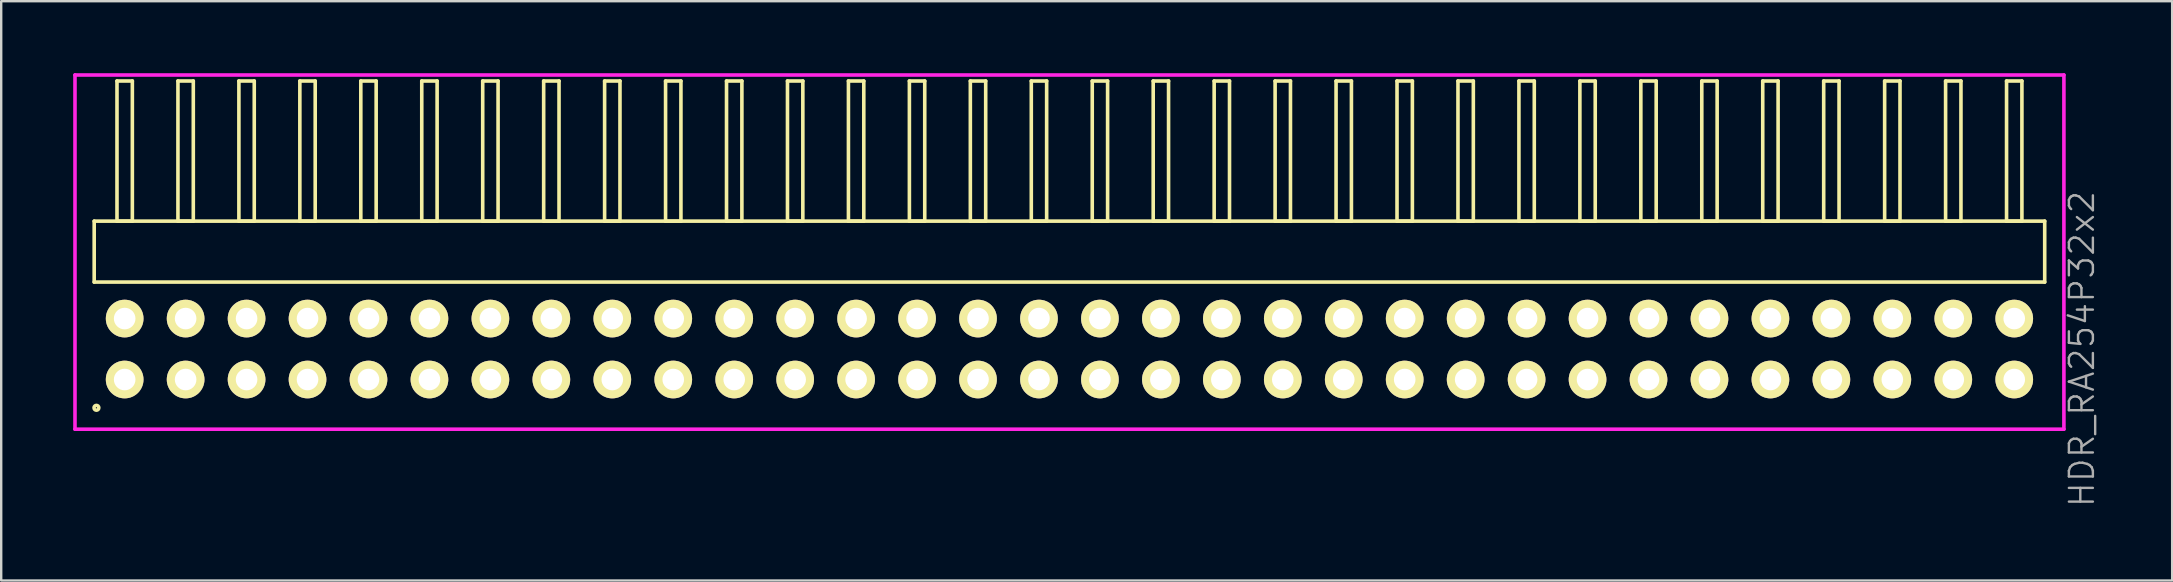
<source format=kicad_pcb>
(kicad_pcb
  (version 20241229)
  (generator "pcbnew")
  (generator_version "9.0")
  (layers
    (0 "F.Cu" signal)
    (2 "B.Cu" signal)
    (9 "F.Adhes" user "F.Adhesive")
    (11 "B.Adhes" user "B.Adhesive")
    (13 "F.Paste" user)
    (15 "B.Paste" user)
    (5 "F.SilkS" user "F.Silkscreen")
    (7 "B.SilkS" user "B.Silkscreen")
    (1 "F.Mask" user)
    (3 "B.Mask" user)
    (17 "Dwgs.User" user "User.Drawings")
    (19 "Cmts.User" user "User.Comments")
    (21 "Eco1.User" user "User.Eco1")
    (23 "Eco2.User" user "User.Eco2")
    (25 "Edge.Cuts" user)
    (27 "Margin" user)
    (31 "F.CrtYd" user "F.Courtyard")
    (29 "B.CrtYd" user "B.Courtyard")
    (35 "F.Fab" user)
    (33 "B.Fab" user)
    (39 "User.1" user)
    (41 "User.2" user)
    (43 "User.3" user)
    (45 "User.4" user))
  (footprint "HDR_RA254P32x2"
    (layer "F.Cu")
    (at 41.515 11.495)
    (property "Reference" "HDR_RA254P32x2" (at 42.19 0 90) (layer "F.Fab") (effects (font (size 1 1) (thickness 0.1))))
    (attr through_hole)
    (fp_line (start -40.64 -5.33) (end -40.64 -2.79) (stroke (width 0.15) (type solid)) (layer "F.SilkS"))
    (fp_line (start -40.64 -2.79) (end 40.64 -2.79) (stroke (width 0.15) (type solid)) (layer "F.SilkS"))
    (fp_line (start -39.69 -11.17) (end -39.69 -5.33) (stroke (width 0.15) (type solid)) (layer "F.SilkS"))
    (fp_line (start -39.69 -5.33) (end -39.05 -5.33) (stroke (width 0.15) (type solid)) (layer "F.SilkS"))
    (fp_line (start -39.05 -11.17) (end -39.69 -11.17) (stroke (width 0.15) (type solid)) (layer "F.SilkS"))
    (fp_line (start -39.05 -5.33) (end -39.05 -11.17) (stroke (width 0.15) (type solid)) (layer "F.SilkS"))
    (fp_line (start -37.15 -11.17) (end -37.15 -5.33) (stroke (width 0.15) (type solid)) (layer "F.SilkS"))
    (fp_line (start -37.15 -5.33) (end -36.51 -5.33) (stroke (width 0.15) (type solid)) (layer "F.SilkS"))
    (fp_line (start -36.51 -11.17) (end -37.15 -11.17) (stroke (width 0.15) (type solid)) (layer "F.SilkS"))
    (fp_line (start -36.51 -5.33) (end -36.51 -11.17) (stroke (width 0.15) (type solid)) (layer "F.SilkS"))
    (fp_line (start -34.61 -11.17) (end -34.61 -5.33) (stroke (width 0.15) (type solid)) (layer "F.SilkS"))
    (fp_line (start -34.61 -5.33) (end -33.97 -5.33) (stroke (width 0.15) (type solid)) (layer "F.SilkS"))
    (fp_line (start -33.97 -11.17) (end -34.61 -11.17) (stroke (width 0.15) (type solid)) (layer "F.SilkS"))
    (fp_line (start -33.97 -5.33) (end -33.97 -11.17) (stroke (width 0.15) (type solid)) (layer "F.SilkS"))
    (fp_line (start -32.07 -11.17) (end -32.07 -5.33) (stroke (width 0.15) (type solid)) (layer "F.SilkS"))
    (fp_line (start -32.07 -5.33) (end -31.43 -5.33) (stroke (width 0.15) (type solid)) (layer "F.SilkS"))
    (fp_line (start -31.43 -11.17) (end -32.07 -11.17) (stroke (width 0.15) (type solid)) (layer "F.SilkS"))
    (fp_line (start -31.43 -5.33) (end -31.43 -11.17) (stroke (width 0.15) (type solid)) (layer "F.SilkS"))
    (fp_line (start -29.53 -11.17) (end -29.53 -5.33) (stroke (width 0.15) (type solid)) (layer "F.SilkS"))
    (fp_line (start -29.53 -5.33) (end -28.89 -5.33) (stroke (width 0.15) (type solid)) (layer "F.SilkS"))
    (fp_line (start -28.89 -11.17) (end -29.53 -11.17) (stroke (width 0.15) (type solid)) (layer "F.SilkS"))
    (fp_line (start -28.89 -5.33) (end -28.89 -11.17) (stroke (width 0.15) (type solid)) (layer "F.SilkS"))
    (fp_line (start -26.99 -11.17) (end -26.99 -5.33) (stroke (width 0.15) (type solid)) (layer "F.SilkS"))
    (fp_line (start -26.99 -5.33) (end -26.35 -5.33) (stroke (width 0.15) (type solid)) (layer "F.SilkS"))
    (fp_line (start -26.35 -11.17) (end -26.99 -11.17) (stroke (width 0.15) (type solid)) (layer "F.SilkS"))
    (fp_line (start -26.35 -5.33) (end -26.35 -11.17) (stroke (width 0.15) (type solid)) (layer "F.SilkS"))
    (fp_line (start -24.45 -11.17) (end -24.45 -5.33) (stroke (width 0.15) (type solid)) (layer "F.SilkS"))
    (fp_line (start -24.45 -5.33) (end -23.81 -5.33) (stroke (width 0.15) (type solid)) (layer "F.SilkS"))
    (fp_line (start -23.81 -11.17) (end -24.45 -11.17) (stroke (width 0.15) (type solid)) (layer "F.SilkS"))
    (fp_line (start -23.81 -5.33) (end -23.81 -11.17) (stroke (width 0.15) (type solid)) (layer "F.SilkS"))
    (fp_line (start -21.91 -11.17) (end -21.91 -5.33) (stroke (width 0.15) (type solid)) (layer "F.SilkS"))
    (fp_line (start -21.91 -5.33) (end -21.27 -5.33) (stroke (width 0.15) (type solid)) (layer "F.SilkS"))
    (fp_line (start -21.27 -11.17) (end -21.91 -11.17) (stroke (width 0.15) (type solid)) (layer "F.SilkS"))
    (fp_line (start -21.27 -5.33) (end -21.27 -11.17) (stroke (width 0.15) (type solid)) (layer "F.SilkS"))
    (fp_line (start -19.37 -11.17) (end -19.37 -5.33) (stroke (width 0.15) (type solid)) (layer "F.SilkS"))
    (fp_line (start -19.37 -5.33) (end -18.73 -5.33) (stroke (width 0.15) (type solid)) (layer "F.SilkS"))
    (fp_line (start -18.73 -11.17) (end -19.37 -11.17) (stroke (width 0.15) (type solid)) (layer "F.SilkS"))
    (fp_line (start -18.73 -5.33) (end -18.73 -11.17) (stroke (width 0.15) (type solid)) (layer "F.SilkS"))
    (fp_line (start -16.83 -11.17) (end -16.83 -5.33) (stroke (width 0.15) (type solid)) (layer "F.SilkS"))
    (fp_line (start -16.83 -5.33) (end -16.19 -5.33) (stroke (width 0.15) (type solid)) (layer "F.SilkS"))
    (fp_line (start -16.19 -11.17) (end -16.83 -11.17) (stroke (width 0.15) (type solid)) (layer "F.SilkS"))
    (fp_line (start -16.19 -5.33) (end -16.19 -11.17) (stroke (width 0.15) (type solid)) (layer "F.SilkS"))
    (fp_line (start -14.29 -11.17) (end -14.29 -5.33) (stroke (width 0.15) (type solid)) (layer "F.SilkS"))
    (fp_line (start -14.29 -5.33) (end -13.65 -5.33) (stroke (width 0.15) (type solid)) (layer "F.SilkS"))
    (fp_line (start -13.65 -11.17) (end -14.29 -11.17) (stroke (width 0.15) (type solid)) (layer "F.SilkS"))
    (fp_line (start -13.65 -5.33) (end -13.65 -11.17) (stroke (width 0.15) (type solid)) (layer "F.SilkS"))
    (fp_line (start -11.75 -11.17) (end -11.75 -5.33) (stroke (width 0.15) (type solid)) (layer "F.SilkS"))
    (fp_line (start -11.75 -5.33) (end -11.11 -5.33) (stroke (width 0.15) (type solid)) (layer "F.SilkS"))
    (fp_line (start -11.11 -11.17) (end -11.75 -11.17) (stroke (width 0.15) (type solid)) (layer "F.SilkS"))
    (fp_line (start -11.11 -5.33) (end -11.11 -11.17) (stroke (width 0.15) (type solid)) (layer "F.SilkS"))
    (fp_line (start -9.21 -11.17) (end -9.21 -5.33) (stroke (width 0.15) (type solid)) (layer "F.SilkS"))
    (fp_line (start -9.21 -5.33) (end -8.57 -5.33) (stroke (width 0.15) (type solid)) (layer "F.SilkS"))
    (fp_line (start -8.57 -11.17) (end -9.21 -11.17) (stroke (width 0.15) (type solid)) (layer "F.SilkS"))
    (fp_line (start -8.57 -5.33) (end -8.57 -11.17) (stroke (width 0.15) (type solid)) (layer "F.SilkS"))
    (fp_line (start -6.67 -11.17) (end -6.67 -5.33) (stroke (width 0.15) (type solid)) (layer "F.SilkS"))
    (fp_line (start -6.67 -5.33) (end -6.03 -5.33) (stroke (width 0.15) (type solid)) (layer "F.SilkS"))
    (fp_line (start -6.03 -11.17) (end -6.67 -11.17) (stroke (width 0.15) (type solid)) (layer "F.SilkS"))
    (fp_line (start -6.03 -5.33) (end -6.03 -11.17) (stroke (width 0.15) (type solid)) (layer "F.SilkS"))
    (fp_line (start -4.13 -11.17) (end -4.13 -5.33) (stroke (width 0.15) (type solid)) (layer "F.SilkS"))
    (fp_line (start -4.13 -5.33) (end -3.49 -5.33) (stroke (width 0.15) (type solid)) (layer "F.SilkS"))
    (fp_line (start -3.49 -11.17) (end -4.13 -11.17) (stroke (width 0.15) (type solid)) (layer "F.SilkS"))
    (fp_line (start -3.49 -5.33) (end -3.49 -11.17) (stroke (width 0.15) (type solid)) (layer "F.SilkS"))
    (fp_line (start -1.59 -11.17) (end -1.59 -5.33) (stroke (width 0.15) (type solid)) (layer "F.SilkS"))
    (fp_line (start -1.59 -5.33) (end -0.95 -5.33) (stroke (width 0.15) (type solid)) (layer "F.SilkS"))
    (fp_line (start -0.95 -11.17) (end -1.59 -11.17) (stroke (width 0.15) (type solid)) (layer "F.SilkS"))
    (fp_line (start -0.95 -5.33) (end -0.95 -11.17) (stroke (width 0.15) (type solid)) (layer "F.SilkS"))
    (fp_line (start 0.95 -11.17) (end 0.95 -5.33) (stroke (width 0.15) (type solid)) (layer "F.SilkS"))
    (fp_line (start 0.95 -5.33) (end 1.59 -5.33) (stroke (width 0.15) (type solid)) (layer "F.SilkS"))
    (fp_line (start 1.59 -11.17) (end 0.95 -11.17) (stroke (width 0.15) (type solid)) (layer "F.SilkS"))
    (fp_line (start 1.59 -5.33) (end 1.59 -11.17) (stroke (width 0.15) (type solid)) (layer "F.SilkS"))
    (fp_line (start 3.49 -11.17) (end 3.49 -5.33) (stroke (width 0.15) (type solid)) (layer "F.SilkS"))
    (fp_line (start 3.49 -5.33) (end 4.13 -5.33) (stroke (width 0.15) (type solid)) (layer "F.SilkS"))
    (fp_line (start 4.13 -11.17) (end 3.49 -11.17) (stroke (width 0.15) (type solid)) (layer "F.SilkS"))
    (fp_line (start 4.13 -5.33) (end 4.13 -11.17) (stroke (width 0.15) (type solid)) (layer "F.SilkS"))
    (fp_line (start 6.03 -11.17) (end 6.03 -5.33) (stroke (width 0.15) (type solid)) (layer "F.SilkS"))
    (fp_line (start 6.03 -5.33) (end 6.67 -5.33) (stroke (width 0.15) (type solid)) (layer "F.SilkS"))
    (fp_line (start 6.67 -11.17) (end 6.03 -11.17) (stroke (width 0.15) (type solid)) (layer "F.SilkS"))
    (fp_line (start 6.67 -5.33) (end 6.67 -11.17) (stroke (width 0.15) (type solid)) (layer "F.SilkS"))
    (fp_line (start 8.57 -11.17) (end 8.57 -5.33) (stroke (width 0.15) (type solid)) (layer "F.SilkS"))
    (fp_line (start 8.57 -5.33) (end 9.21 -5.33) (stroke (width 0.15) (type solid)) (layer "F.SilkS"))
    (fp_line (start 9.21 -11.17) (end 8.57 -11.17) (stroke (width 0.15) (type solid)) (layer "F.SilkS"))
    (fp_line (start 9.21 -5.33) (end 9.21 -11.17) (stroke (width 0.15) (type solid)) (layer "F.SilkS"))
    (fp_line (start 11.11 -11.17) (end 11.11 -5.33) (stroke (width 0.15) (type solid)) (layer "F.SilkS"))
    (fp_line (start 11.11 -5.33) (end 11.75 -5.33) (stroke (width 0.15) (type solid)) (layer "F.SilkS"))
    (fp_line (start 11.75 -11.17) (end 11.11 -11.17) (stroke (width 0.15) (type solid)) (layer "F.SilkS"))
    (fp_line (start 11.75 -5.33) (end 11.75 -11.17) (stroke (width 0.15) (type solid)) (layer "F.SilkS"))
    (fp_line (start 13.65 -11.17) (end 13.65 -5.33) (stroke (width 0.15) (type solid)) (layer "F.SilkS"))
    (fp_line (start 13.65 -5.33) (end 14.29 -5.33) (stroke (width 0.15) (type solid)) (layer "F.SilkS"))
    (fp_line (start 14.29 -11.17) (end 13.65 -11.17) (stroke (width 0.15) (type solid)) (layer "F.SilkS"))
    (fp_line (start 14.29 -5.33) (end 14.29 -11.17) (stroke (width 0.15) (type solid)) (layer "F.SilkS"))
    (fp_line (start 16.19 -11.17) (end 16.19 -5.33) (stroke (width 0.15) (type solid)) (layer "F.SilkS"))
    (fp_line (start 16.19 -5.33) (end 16.83 -5.33) (stroke (width 0.15) (type solid)) (layer "F.SilkS"))
    (fp_line (start 16.83 -11.17) (end 16.19 -11.17) (stroke (width 0.15) (type solid)) (layer "F.SilkS"))
    (fp_line (start 16.83 -5.33) (end 16.83 -11.17) (stroke (width 0.15) (type solid)) (layer "F.SilkS"))
    (fp_line (start 18.73 -11.17) (end 18.73 -5.33) (stroke (width 0.15) (type solid)) (layer "F.SilkS"))
    (fp_line (start 18.73 -5.33) (end 19.37 -5.33) (stroke (width 0.15) (type solid)) (layer "F.SilkS"))
    (fp_line (start 19.37 -11.17) (end 18.73 -11.17) (stroke (width 0.15) (type solid)) (layer "F.SilkS"))
    (fp_line (start 19.37 -5.33) (end 19.37 -11.17) (stroke (width 0.15) (type solid)) (layer "F.SilkS"))
    (fp_line (start 21.27 -11.17) (end 21.27 -5.33) (stroke (width 0.15) (type solid)) (layer "F.SilkS"))
    (fp_line (start 21.27 -5.33) (end 21.91 -5.33) (stroke (width 0.15) (type solid)) (layer "F.SilkS"))
    (fp_line (start 21.91 -11.17) (end 21.27 -11.17) (stroke (width 0.15) (type solid)) (layer "F.SilkS"))
    (fp_line (start 21.91 -5.33) (end 21.91 -11.17) (stroke (width 0.15) (type solid)) (layer "F.SilkS"))
    (fp_line (start 23.81 -11.17) (end 23.81 -5.33) (stroke (width 0.15) (type solid)) (layer "F.SilkS"))
    (fp_line (start 23.81 -5.33) (end 24.45 -5.33) (stroke (width 0.15) (type solid)) (layer "F.SilkS"))
    (fp_line (start 24.45 -11.17) (end 23.81 -11.17) (stroke (width 0.15) (type solid)) (layer "F.SilkS"))
    (fp_line (start 24.45 -5.33) (end 24.45 -11.17) (stroke (width 0.15) (type solid)) (layer "F.SilkS"))
    (fp_line (start 26.35 -11.17) (end 26.35 -5.33) (stroke (width 0.15) (type solid)) (layer "F.SilkS"))
    (fp_line (start 26.35 -5.33) (end 26.99 -5.33) (stroke (width 0.15) (type solid)) (layer "F.SilkS"))
    (fp_line (start 26.99 -11.17) (end 26.35 -11.17) (stroke (width 0.15) (type solid)) (layer "F.SilkS"))
    (fp_line (start 26.99 -5.33) (end 26.99 -11.17) (stroke (width 0.15) (type solid)) (layer "F.SilkS"))
    (fp_line (start 28.89 -11.17) (end 28.89 -5.33) (stroke (width 0.15) (type solid)) (layer "F.SilkS"))
    (fp_line (start 28.89 -5.33) (end 29.53 -5.33) (stroke (width 0.15) (type solid)) (layer "F.SilkS"))
    (fp_line (start 29.53 -11.17) (end 28.89 -11.17) (stroke (width 0.15) (type solid)) (layer "F.SilkS"))
    (fp_line (start 29.53 -5.33) (end 29.53 -11.17) (stroke (width 0.15) (type solid)) (layer "F.SilkS"))
    (fp_line (start 31.43 -11.17) (end 31.43 -5.33) (stroke (width 0.15) (type solid)) (layer "F.SilkS"))
    (fp_line (start 31.43 -5.33) (end 32.07 -5.33) (stroke (width 0.15) (type solid)) (layer "F.SilkS"))
    (fp_line (start 32.07 -11.17) (end 31.43 -11.17) (stroke (width 0.15) (type solid)) (layer "F.SilkS"))
    (fp_line (start 32.07 -5.33) (end 32.07 -11.17) (stroke (width 0.15) (type solid)) (layer "F.SilkS"))
    (fp_line (start 33.97 -11.17) (end 33.97 -5.33) (stroke (width 0.15) (type solid)) (layer "F.SilkS"))
    (fp_line (start 33.97 -5.33) (end 34.61 -5.33) (stroke (width 0.15) (type solid)) (layer "F.SilkS"))
    (fp_line (start 34.61 -11.17) (end 33.97 -11.17) (stroke (width 0.15) (type solid)) (layer "F.SilkS"))
    (fp_line (start 34.61 -5.33) (end 34.61 -11.17) (stroke (width 0.15) (type solid)) (layer "F.SilkS"))
    (fp_line (start 36.51 -11.17) (end 36.51 -5.33) (stroke (width 0.15) (type solid)) (layer "F.SilkS"))
    (fp_line (start 36.51 -5.33) (end 37.15 -5.33) (stroke (width 0.15) (type solid)) (layer "F.SilkS"))
    (fp_line (start 37.15 -11.17) (end 36.51 -11.17) (stroke (width 0.15) (type solid)) (layer "F.SilkS"))
    (fp_line (start 37.15 -5.33) (end 37.15 -11.17) (stroke (width 0.15) (type solid)) (layer "F.SilkS"))
    (fp_line (start 39.05 -11.17) (end 39.05 -5.33) (stroke (width 0.15) (type solid)) (layer "F.SilkS"))
    (fp_line (start 39.05 -5.33) (end 39.69 -5.33) (stroke (width 0.15) (type solid)) (layer "F.SilkS"))
    (fp_line (start 39.69 -11.17) (end 39.05 -11.17) (stroke (width 0.15) (type solid)) (layer "F.SilkS"))
    (fp_line (start 39.69 -5.33) (end 39.69 -11.17) (stroke (width 0.15) (type solid)) (layer "F.SilkS"))
    (fp_line (start 40.64 -5.33) (end -40.64 -5.33) (stroke (width 0.15) (type solid)) (layer "F.SilkS"))
    (fp_line (start 40.64 -2.79) (end 40.64 -5.33) (stroke (width 0.15) (type solid)) (layer "F.SilkS"))
    (fp_circle (center -40.547 2.448) (end -40.447 2.448) (stroke (width 0.15) (type solid)) (fill no) (layer "F.SilkS"))
    (fp_line (start -41.44 -11.42) (end -41.44 3.34) (stroke (width 0.15) (type solid)) (layer "F.CrtYd"))
    (fp_line (start -41.44 3.34) (end 41.44 3.34) (stroke (width 0.15) (type solid)) (layer "F.CrtYd"))
    (fp_line (start 41.44 -11.42) (end -41.44 -11.42) (stroke (width 0.15) (type solid)) (layer "F.CrtYd"))
    (fp_line (start 41.44 3.34) (end 41.44 -11.42) (stroke (width 0.15) (type solid)) (layer "F.CrtYd"))
    (pad "1" thru_hole oval (at -39.37 1.27) (size 1.57 1.57) (drill 0.9) (layers "*.Cu" "*.Mask" "F.SilkS"))
    (pad "2" thru_hole oval (at -39.37 -1.27) (size 1.57 1.57) (drill 0.9) (layers "*.Cu" "*.Mask" "F.SilkS"))
    (pad "3" thru_hole oval (at -36.83 1.27) (size 1.57 1.57) (drill 0.9) (layers "*.Cu" "*.Mask" "F.SilkS"))
    (pad "4" thru_hole oval (at -36.83 -1.27) (size 1.57 1.57) (drill 0.9) (layers "*.Cu" "*.Mask" "F.SilkS"))
    (pad "5" thru_hole oval (at -34.29 1.27) (size 1.57 1.57) (drill 0.9) (layers "*.Cu" "*.Mask" "F.SilkS"))
    (pad "6" thru_hole oval (at -34.29 -1.27) (size 1.57 1.57) (drill 0.9) (layers "*.Cu" "*.Mask" "F.SilkS"))
    (pad "7" thru_hole oval (at -31.75 1.27) (size 1.57 1.57) (drill 0.9) (layers "*.Cu" "*.Mask" "F.SilkS"))
    (pad "8" thru_hole oval (at -31.75 -1.27) (size 1.57 1.57) (drill 0.9) (layers "*.Cu" "*.Mask" "F.SilkS"))
    (pad "9" thru_hole oval (at -29.21 1.27) (size 1.57 1.57) (drill 0.9) (layers "*.Cu" "*.Mask" "F.SilkS"))
    (pad "10" thru_hole oval (at -29.21 -1.27) (size 1.57 1.57) (drill 0.9) (layers "*.Cu" "*.Mask" "F.SilkS"))
    (pad "11" thru_hole oval (at -26.67 1.27) (size 1.57 1.57) (drill 0.9) (layers "*.Cu" "*.Mask" "F.SilkS"))
    (pad "12" thru_hole oval (at -26.67 -1.27) (size 1.57 1.57) (drill 0.9) (layers "*.Cu" "*.Mask" "F.SilkS"))
    (pad "13" thru_hole oval (at -24.13 1.27) (size 1.57 1.57) (drill 0.9) (layers "*.Cu" "*.Mask" "F.SilkS"))
    (pad "14" thru_hole oval (at -24.13 -1.27) (size 1.57 1.57) (drill 0.9) (layers "*.Cu" "*.Mask" "F.SilkS"))
    (pad "15" thru_hole oval (at -21.59 1.27) (size 1.57 1.57) (drill 0.9) (layers "*.Cu" "*.Mask" "F.SilkS"))
    (pad "16" thru_hole oval (at -21.59 -1.27) (size 1.57 1.57) (drill 0.9) (layers "*.Cu" "*.Mask" "F.SilkS"))
    (pad "17" thru_hole oval (at -19.05 1.27) (size 1.57 1.57) (drill 0.9) (layers "*.Cu" "*.Mask" "F.SilkS"))
    (pad "18" thru_hole oval (at -19.05 -1.27) (size 1.57 1.57) (drill 0.9) (layers "*.Cu" "*.Mask" "F.SilkS"))
    (pad "19" thru_hole oval (at -16.51 1.27) (size 1.57 1.57) (drill 0.9) (layers "*.Cu" "*.Mask" "F.SilkS"))
    (pad "20" thru_hole oval (at -16.51 -1.27) (size 1.57 1.57) (drill 0.9) (layers "*.Cu" "*.Mask" "F.SilkS"))
    (pad "21" thru_hole oval (at -13.97 1.27) (size 1.57 1.57) (drill 0.9) (layers "*.Cu" "*.Mask" "F.SilkS"))
    (pad "22" thru_hole oval (at -13.97 -1.27) (size 1.57 1.57) (drill 0.9) (layers "*.Cu" "*.Mask" "F.SilkS"))
    (pad "23" thru_hole oval (at -11.43 1.27) (size 1.57 1.57) (drill 0.9) (layers "*.Cu" "*.Mask" "F.SilkS"))
    (pad "24" thru_hole oval (at -11.43 -1.27) (size 1.57 1.57) (drill 0.9) (layers "*.Cu" "*.Mask" "F.SilkS"))
    (pad "25" thru_hole oval (at -8.89 1.27) (size 1.57 1.57) (drill 0.9) (layers "*.Cu" "*.Mask" "F.SilkS"))
    (pad "26" thru_hole oval (at -8.89 -1.27) (size 1.57 1.57) (drill 0.9) (layers "*.Cu" "*.Mask" "F.SilkS"))
    (pad "27" thru_hole oval (at -6.35 1.27) (size 1.57 1.57) (drill 0.9) (layers "*.Cu" "*.Mask" "F.SilkS"))
    (pad "28" thru_hole oval (at -6.35 -1.27) (size 1.57 1.57) (drill 0.9) (layers "*.Cu" "*.Mask" "F.SilkS"))
    (pad "29" thru_hole oval (at -3.81 1.27) (size 1.57 1.57) (drill 0.9) (layers "*.Cu" "*.Mask" "F.SilkS"))
    (pad "30" thru_hole oval (at -3.81 -1.27) (size 1.57 1.57) (drill 0.9) (layers "*.Cu" "*.Mask" "F.SilkS"))
    (pad "31" thru_hole oval (at -1.27 1.27) (size 1.57 1.57) (drill 0.9) (layers "*.Cu" "*.Mask" "F.SilkS"))
    (pad "32" thru_hole oval (at -1.27 -1.27) (size 1.57 1.57) (drill 0.9) (layers "*.Cu" "*.Mask" "F.SilkS"))
    (pad "33" thru_hole oval (at 1.27 1.27) (size 1.57 1.57) (drill 0.9) (layers "*.Cu" "*.Mask" "F.SilkS"))
    (pad "34" thru_hole oval (at 1.27 -1.27) (size 1.57 1.57) (drill 0.9) (layers "*.Cu" "*.Mask" "F.SilkS"))
    (pad "35" thru_hole oval (at 3.81 1.27) (size 1.57 1.57) (drill 0.9) (layers "*.Cu" "*.Mask" "F.SilkS"))
    (pad "36" thru_hole oval (at 3.81 -1.27) (size 1.57 1.57) (drill 0.9) (layers "*.Cu" "*.Mask" "F.SilkS"))
    (pad "37" thru_hole oval (at 6.35 1.27) (size 1.57 1.57) (drill 0.9) (layers "*.Cu" "*.Mask" "F.SilkS"))
    (pad "38" thru_hole oval (at 6.35 -1.27) (size 1.57 1.57) (drill 0.9) (layers "*.Cu" "*.Mask" "F.SilkS"))
    (pad "39" thru_hole oval (at 8.89 1.27) (size 1.57 1.57) (drill 0.9) (layers "*.Cu" "*.Mask" "F.SilkS"))
    (pad "40" thru_hole oval (at 8.89 -1.27) (size 1.57 1.57) (drill 0.9) (layers "*.Cu" "*.Mask" "F.SilkS"))
    (pad "41" thru_hole oval (at 11.43 1.27) (size 1.57 1.57) (drill 0.9) (layers "*.Cu" "*.Mask" "F.SilkS"))
    (pad "42" thru_hole oval (at 11.43 -1.27) (size 1.57 1.57) (drill 0.9) (layers "*.Cu" "*.Mask" "F.SilkS"))
    (pad "43" thru_hole oval (at 13.97 1.27) (size 1.57 1.57) (drill 0.9) (layers "*.Cu" "*.Mask" "F.SilkS"))
    (pad "44" thru_hole oval (at 13.97 -1.27) (size 1.57 1.57) (drill 0.9) (layers "*.Cu" "*.Mask" "F.SilkS"))
    (pad "45" thru_hole oval (at 16.51 1.27) (size 1.57 1.57) (drill 0.9) (layers "*.Cu" "*.Mask" "F.SilkS"))
    (pad "46" thru_hole oval (at 16.51 -1.27) (size 1.57 1.57) (drill 0.9) (layers "*.Cu" "*.Mask" "F.SilkS"))
    (pad "47" thru_hole oval (at 19.05 1.27) (size 1.57 1.57) (drill 0.9) (layers "*.Cu" "*.Mask" "F.SilkS"))
    (pad "48" thru_hole oval (at 19.05 -1.27) (size 1.57 1.57) (drill 0.9) (layers "*.Cu" "*.Mask" "F.SilkS"))
    (pad "49" thru_hole oval (at 21.59 1.27) (size 1.57 1.57) (drill 0.9) (layers "*.Cu" "*.Mask" "F.SilkS"))
    (pad "50" thru_hole oval (at 21.59 -1.27) (size 1.57 1.57) (drill 0.9) (layers "*.Cu" "*.Mask" "F.SilkS"))
    (pad "51" thru_hole oval (at 24.13 1.27) (size 1.57 1.57) (drill 0.9) (layers "*.Cu" "*.Mask" "F.SilkS"))
    (pad "52" thru_hole oval (at 24.13 -1.27) (size 1.57 1.57) (drill 0.9) (layers "*.Cu" "*.Mask" "F.SilkS"))
    (pad "53" thru_hole oval (at 26.67 1.27) (size 1.57 1.57) (drill 0.9) (layers "*.Cu" "*.Mask" "F.SilkS"))
    (pad "54" thru_hole oval (at 26.67 -1.27) (size 1.57 1.57) (drill 0.9) (layers "*.Cu" "*.Mask" "F.SilkS"))
    (pad "55" thru_hole oval (at 29.21 1.27) (size 1.57 1.57) (drill 0.9) (layers "*.Cu" "*.Mask" "F.SilkS"))
    (pad "56" thru_hole oval (at 29.21 -1.27) (size 1.57 1.57) (drill 0.9) (layers "*.Cu" "*.Mask" "F.SilkS"))
    (pad "57" thru_hole oval (at 31.75 1.27) (size 1.57 1.57) (drill 0.9) (layers "*.Cu" "*.Mask" "F.SilkS"))
    (pad "58" thru_hole oval (at 31.75 -1.27) (size 1.57 1.57) (drill 0.9) (layers "*.Cu" "*.Mask" "F.SilkS"))
    (pad "59" thru_hole oval (at 34.29 1.27) (size 1.57 1.57) (drill 0.9) (layers "*.Cu" "*.Mask" "F.SilkS"))
    (pad "60" thru_hole oval (at 34.29 -1.27) (size 1.57 1.57) (drill 0.9) (layers "*.Cu" "*.Mask" "F.SilkS"))
    (pad "61" thru_hole oval (at 36.83 1.27) (size 1.57 1.57) (drill 0.9) (layers "*.Cu" "*.Mask" "F.SilkS"))
    (pad "62" thru_hole oval (at 36.83 -1.27) (size 1.57 1.57) (drill 0.9) (layers "*.Cu" "*.Mask" "F.SilkS"))
    (pad "63" thru_hole oval (at 39.37 1.27) (size 1.57 1.57) (drill 0.9) (layers "*.Cu" "*.Mask" "F.SilkS"))
    (pad "64" thru_hole oval (at 39.37 -1.27) (size 1.57 1.57) (drill 0.9) (layers "*.Cu" "*.Mask" "F.SilkS")))
  (gr_rect
    (start -3 -3)
    (end 87.466 21.14)
    (stroke (width 0.1) (type default))
    (fill no)
    (layer "Edge.Cuts")))
</source>
